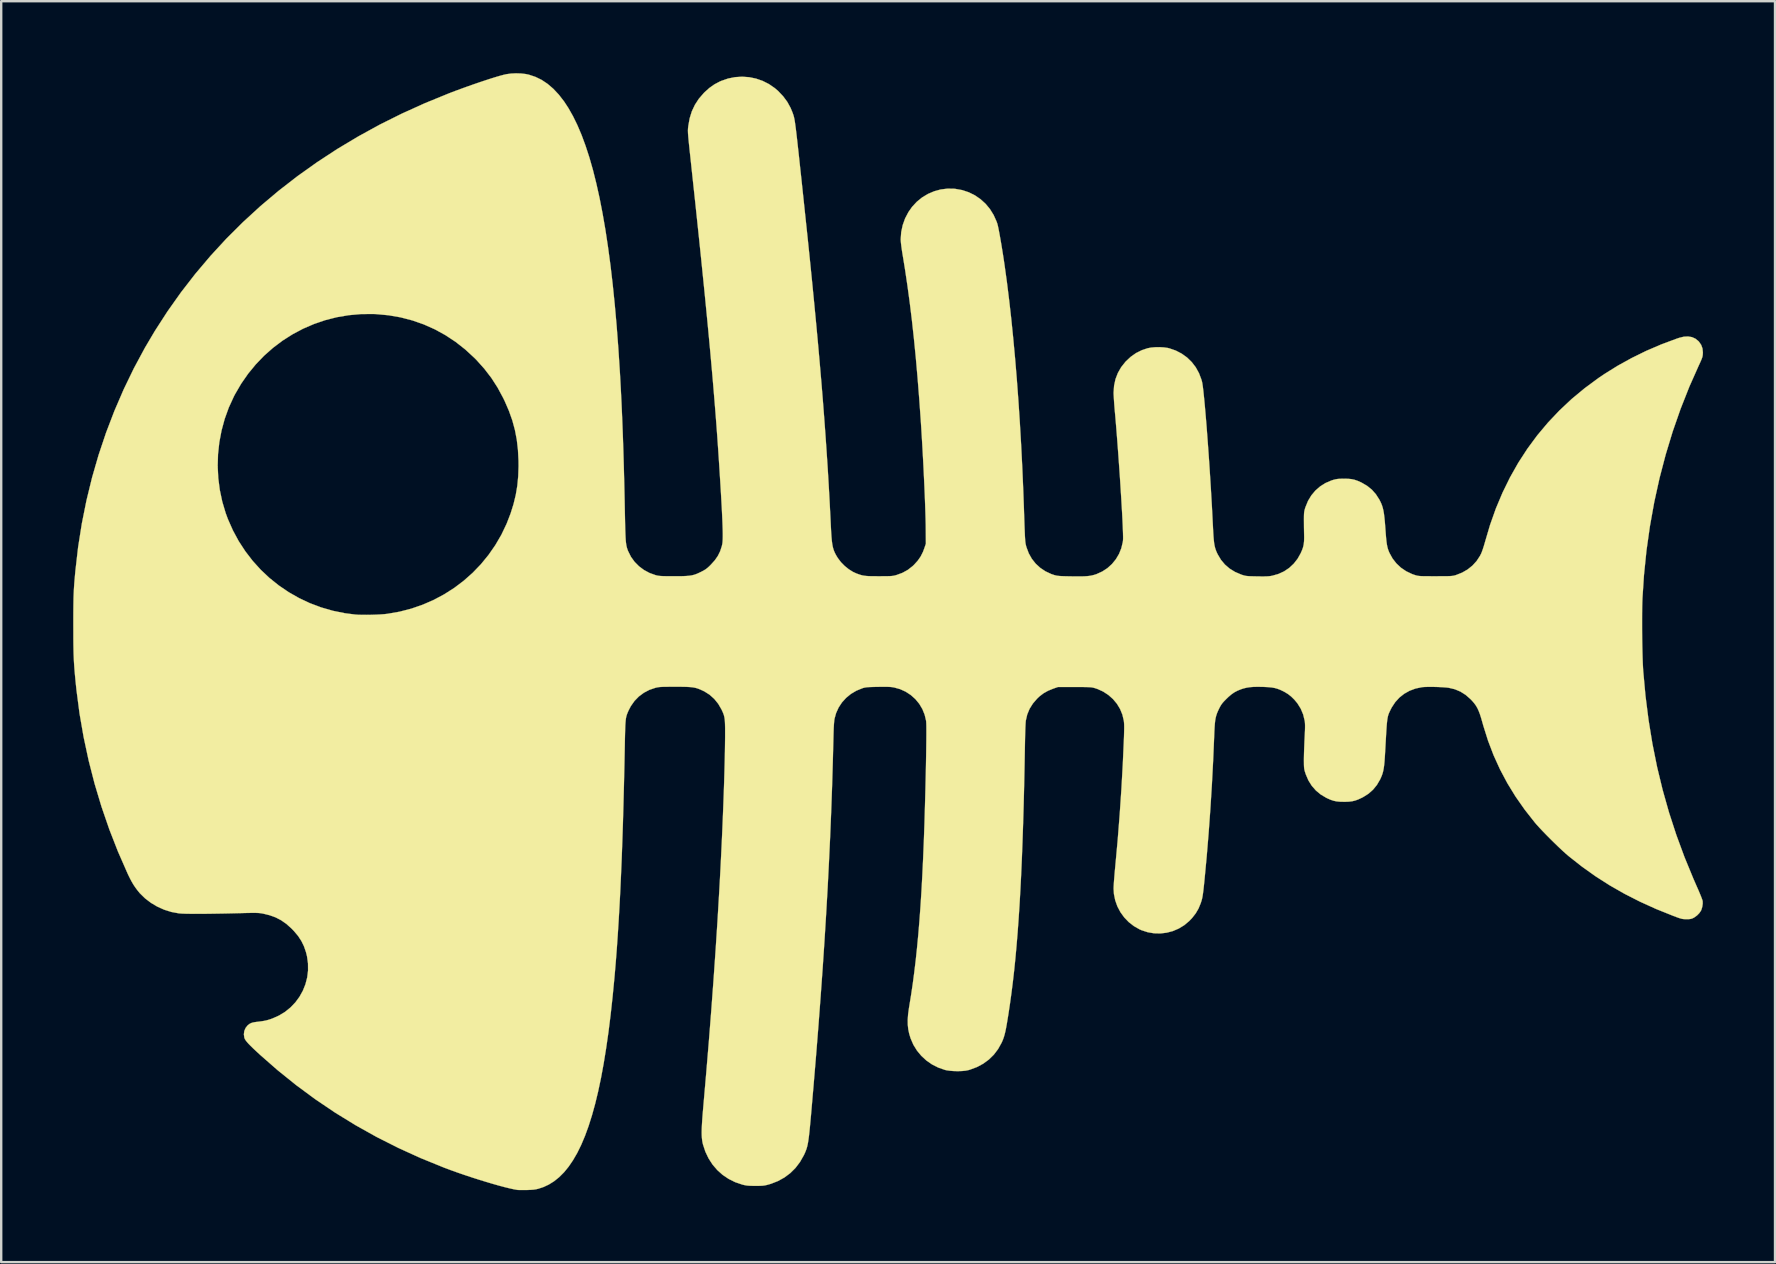
<source format=kicad_pcb>
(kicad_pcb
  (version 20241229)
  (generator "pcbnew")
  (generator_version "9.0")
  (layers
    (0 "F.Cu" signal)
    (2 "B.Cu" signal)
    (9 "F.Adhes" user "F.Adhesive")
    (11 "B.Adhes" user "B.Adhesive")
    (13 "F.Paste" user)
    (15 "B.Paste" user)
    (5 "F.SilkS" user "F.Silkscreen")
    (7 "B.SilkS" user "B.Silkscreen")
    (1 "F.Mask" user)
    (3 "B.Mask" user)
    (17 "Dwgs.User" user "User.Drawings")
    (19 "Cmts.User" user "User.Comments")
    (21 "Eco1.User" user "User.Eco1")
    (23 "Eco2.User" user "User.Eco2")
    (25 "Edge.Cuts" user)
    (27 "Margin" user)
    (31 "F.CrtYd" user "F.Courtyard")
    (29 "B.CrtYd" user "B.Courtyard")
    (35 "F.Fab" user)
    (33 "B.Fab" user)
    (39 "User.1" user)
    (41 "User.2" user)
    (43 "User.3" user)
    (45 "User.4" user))
  (footprint "Rockling Silk 54mm"
    (layer "F.Cu")
    (at 33.819 23.994)
    (property "Reference" "Rockling Silk 54mm" (at 0 0 0) (layer "F.SilkS") (effects (font (size 1.27 1.27) (thickness 0.15))))
    (attr through_hole)
    (fp_poly (pts (xy -15.16 -23.982) (xy -14.963 -23.959) (xy -14.838 -23.933) (xy -14.564 -23.842) (xy -14.303 -23.715) (xy -14.055 -23.549) (xy -13.817 -23.345) (xy -13.589 -23.102) (xy -13.37 -22.819) (xy -13.191 -22.546) (xy -12.999 -22.207) (xy -12.815 -21.832) (xy -12.64 -21.42) (xy -12.474 -20.97) (xy -12.315 -20.483) (xy -12.165 -19.957) (xy -12.024 -19.393) (xy -11.89 -18.791) (xy -11.765 -18.149) (xy -11.647 -17.469) (xy -11.538 -16.748) (xy -11.436 -15.988) (xy -11.343 -15.188) (xy -11.257 -14.347) (xy -11.179 -13.466) (xy -11.109 -12.543) (xy -11.047 -11.58) (xy -11.039 -11.451) (xy -11.007 -10.866) (xy -10.977 -10.268) (xy -10.95 -9.653) (xy -10.925 -9.018) (xy -10.902 -8.358) (xy -10.882 -7.67) (xy -10.863 -6.949) (xy -10.846 -6.193) (xy -10.837 -5.705) (xy -10.831 -5.43) (xy -10.826 -5.193) (xy -10.821 -4.991) (xy -10.815 -4.821) (xy -10.809 -4.678) (xy -10.802 -4.558) (xy -10.793 -4.458) (xy -10.782 -4.375) (xy -10.77 -4.303) (xy -10.755 -4.241) (xy -10.738 -4.183) (xy -10.718 -4.126) (xy -10.699 -4.08) (xy -10.583 -3.848) (xy -10.432 -3.638) (xy -10.25 -3.454) (xy -10.041 -3.298) (xy -9.809 -3.173) (xy -9.556 -3.083) (xy -9.536 -3.077) (xy -9.485 -3.065) (xy -9.431 -3.056) (xy -9.368 -3.049) (xy -9.289 -3.044) (xy -9.189 -3.041) (xy -9.061 -3.039) (xy -8.901 -3.038) (xy -8.795 -3.038) (xy -8.587 -3.038) (xy -8.415 -3.041) (xy -8.272 -3.048) (xy -8.152 -3.058) (xy -8.049 -3.074) (xy -7.957 -3.096) (xy -7.868 -3.126) (xy -7.776 -3.165) (xy -7.676 -3.213) (xy -7.655 -3.223) (xy -7.554 -3.276) (xy -7.473 -3.325) (xy -7.4 -3.381) (xy -7.322 -3.451) (xy -7.25 -3.523) (xy -7.088 -3.703) (xy -6.962 -3.885) (xy -6.868 -4.076) (xy -6.799 -4.286) (xy -6.78 -4.367) (xy -6.771 -4.423) (xy -6.764 -4.494) (xy -6.759 -4.583) (xy -6.757 -4.692) (xy -6.757 -4.823) (xy -6.76 -4.977) (xy -6.766 -5.158) (xy -6.774 -5.366) (xy -6.785 -5.604) (xy -6.798 -5.873) (xy -6.815 -6.177) (xy -6.834 -6.516) (xy -6.857 -6.892) (xy -6.883 -7.309) (xy -6.891 -7.44) (xy -6.921 -7.903) (xy -6.952 -8.368) (xy -6.985 -8.838) (xy -7.02 -9.314) (xy -7.057 -9.799) (xy -7.097 -10.294) (xy -7.139 -10.802) (xy -7.183 -11.324) (xy -7.231 -11.862) (xy -7.281 -12.419) (xy -7.335 -12.997) (xy -7.392 -13.597) (xy -7.453 -14.222) (xy -7.517 -14.873) (xy -7.586 -15.553) (xy -7.658 -16.264) (xy -7.735 -17.008) (xy -7.817 -17.786) (xy -7.903 -18.601) (xy -7.995 -19.454) (xy -8.054 -20.003) (xy -8.085 -20.295) (xy -8.112 -20.548) (xy -8.136 -20.765) (xy -8.155 -20.95) (xy -8.171 -21.106) (xy -8.184 -21.236) (xy -8.194 -21.344) (xy -8.201 -21.432) (xy -8.206 -21.504) (xy -8.208 -21.563) (xy -8.209 -21.612) (xy -8.207 -21.654) (xy -8.205 -21.694) (xy -8.201 -21.733) (xy -8.196 -21.776) (xy -8.193 -21.801) (xy -8.137 -22.115) (xy -8.046 -22.407) (xy -7.918 -22.678) (xy -7.753 -22.931) (xy -7.549 -23.167) (xy -7.517 -23.2) (xy -7.315 -23.381) (xy -7.107 -23.528) (xy -6.884 -23.646) (xy -6.822 -23.673) (xy -6.537 -23.772) (xy -6.245 -23.83) (xy -5.951 -23.848) (xy -5.659 -23.828) (xy -5.374 -23.77) (xy -5.097 -23.674) (xy -4.835 -23.542) (xy -4.59 -23.373) (xy -4.457 -23.259) (xy -4.245 -23.036) (xy -4.07 -22.801) (xy -3.931 -22.547) (xy -3.854 -22.361) (xy -3.841 -22.325) (xy -3.829 -22.291) (xy -3.818 -22.258) (xy -3.807 -22.224) (xy -3.797 -22.187) (xy -3.787 -22.145) (xy -3.776 -22.095) (xy -3.765 -22.037) (xy -3.754 -21.968) (xy -3.742 -21.886) (xy -3.729 -21.789) (xy -3.714 -21.676) (xy -3.698 -21.544) (xy -3.68 -21.391) (xy -3.66 -21.216) (xy -3.638 -21.017) (xy -3.613 -20.792) (xy -3.585 -20.538) (xy -3.555 -20.255) (xy -3.521 -19.939) (xy -3.483 -19.59) (xy -3.442 -19.204) (xy -3.397 -18.781) (xy -3.348 -18.318) (xy -3.335 -18.193) (xy -3.229 -17.194) (xy -3.13 -16.234) (xy -3.037 -15.311) (xy -2.95 -14.422) (xy -2.868 -13.565) (xy -2.791 -12.737) (xy -2.72 -11.935) (xy -2.653 -11.157) (xy -2.591 -10.4) (xy -2.534 -9.662) (xy -2.481 -8.94) (xy -2.432 -8.231) (xy -2.386 -7.533) (xy -2.345 -6.844) (xy -2.307 -6.16) (xy -2.272 -5.48) (xy -2.255 -5.122) (xy -2.243 -4.887) (xy -2.23 -4.69) (xy -2.215 -4.524) (xy -2.197 -4.384) (xy -2.175 -4.264) (xy -2.146 -4.159) (xy -2.111 -4.064) (xy -2.068 -3.972) (xy -2.016 -3.879) (xy -1.96 -3.79) (xy -1.834 -3.623) (xy -1.68 -3.467) (xy -1.509 -3.329) (xy -1.331 -3.218) (xy -1.19 -3.153) (xy -1.098 -3.12) (xy -1.018 -3.093) (xy -0.943 -3.073) (xy -0.867 -3.059) (xy -0.781 -3.049) (xy -0.679 -3.042) (xy -0.555 -3.039) (xy -0.401 -3.038) (xy -0.254 -3.037) (xy -0.083 -3.038) (xy 0.053 -3.039) (xy 0.159 -3.041) (xy 0.241 -3.044) (xy 0.307 -3.05) (xy 0.362 -3.058) (xy 0.412 -3.069) (xy 0.465 -3.083) (xy 0.475 -3.086) (xy 0.726 -3.178) (xy 0.951 -3.302) (xy 1.154 -3.461) (xy 1.209 -3.513) (xy 1.364 -3.684) (xy 1.486 -3.859) (xy 1.583 -4.052) (xy 1.637 -4.196) (xy 1.704 -4.392) (xy 1.7 -4.942) (xy 1.698 -5.167) (xy 1.692 -5.43) (xy 1.683 -5.727) (xy 1.672 -6.052) (xy 1.659 -6.401) (xy 1.643 -6.771) (xy 1.625 -7.157) (xy 1.606 -7.554) (xy 1.585 -7.957) (xy 1.563 -8.363) (xy 1.539 -8.767) (xy 1.515 -9.165) (xy 1.492 -9.525) (xy 1.427 -10.436) (xy 1.358 -11.306) (xy 1.285 -12.14) (xy 1.206 -12.938) (xy 1.122 -13.703) (xy 1.032 -14.437) (xy 0.936 -15.143) (xy 0.835 -15.823) (xy 0.751 -16.338) (xy 0.713 -16.569) (xy 0.685 -16.765) (xy 0.666 -16.923) (xy 0.657 -17.043) (xy 0.656 -17.082) (xy 0.677 -17.377) (xy 0.739 -17.667) (xy 0.839 -17.946) (xy 0.977 -18.209) (xy 1.13 -18.426) (xy 1.326 -18.638) (xy 1.547 -18.818) (xy 1.789 -18.964) (xy 2.049 -19.075) (xy 2.321 -19.15) (xy 2.602 -19.185) (xy 2.888 -19.18) (xy 2.928 -19.176) (xy 3.218 -19.124) (xy 3.491 -19.033) (xy 3.746 -18.907) (xy 3.979 -18.747) (xy 4.189 -18.556) (xy 4.373 -18.335) (xy 4.527 -18.087) (xy 4.649 -17.815) (xy 4.678 -17.734) (xy 4.696 -17.668) (xy 4.719 -17.565) (xy 4.746 -17.429) (xy 4.777 -17.264) (xy 4.81 -17.076) (xy 4.846 -16.87) (xy 4.882 -16.649) (xy 4.919 -16.418) (xy 4.955 -16.182) (xy 4.983 -15.991) (xy 5.08 -15.289) (xy 5.172 -14.547) (xy 5.26 -13.769) (xy 5.342 -12.958) (xy 5.42 -12.117) (xy 5.492 -11.25) (xy 5.558 -10.359) (xy 5.618 -9.447) (xy 5.672 -8.518) (xy 5.72 -7.574) (xy 5.761 -6.619) (xy 5.788 -5.874) (xy 5.797 -5.594) (xy 5.805 -5.354) (xy 5.812 -5.149) (xy 5.819 -4.976) (xy 5.825 -4.831) (xy 5.83 -4.712) (xy 5.836 -4.615) (xy 5.841 -4.536) (xy 5.847 -4.472) (xy 5.854 -4.42) (xy 5.861 -4.376) (xy 5.87 -4.337) (xy 5.88 -4.299) (xy 5.891 -4.259) (xy 5.896 -4.242) (xy 5.99 -3.992) (xy 6.118 -3.764) (xy 6.279 -3.561) (xy 6.47 -3.386) (xy 6.687 -3.241) (xy 6.93 -3.128) (xy 7.049 -3.088) (xy 7.101 -3.074) (xy 7.152 -3.062) (xy 7.209 -3.054) (xy 7.278 -3.047) (xy 7.365 -3.042) (xy 7.477 -3.038) (xy 7.619 -3.035) (xy 7.779 -3.032) (xy 7.99 -3.03) (xy 8.165 -3.03) (xy 8.311 -3.034) (xy 8.432 -3.042) (xy 8.537 -3.054) (xy 8.63 -3.072) (xy 8.719 -3.095) (xy 8.809 -3.124) (xy 8.816 -3.127) (xy 9.052 -3.234) (xy 9.267 -3.374) (xy 9.456 -3.545) (xy 9.618 -3.743) (xy 9.749 -3.963) (xy 9.846 -4.203) (xy 9.907 -4.458) (xy 9.917 -4.53) (xy 9.92 -4.592) (xy 9.92 -4.693) (xy 9.917 -4.83) (xy 9.911 -5.001) (xy 9.903 -5.201) (xy 9.892 -5.429) (xy 9.879 -5.68) (xy 9.863 -5.953) (xy 9.846 -6.244) (xy 9.827 -6.549) (xy 9.807 -6.867) (xy 9.786 -7.194) (xy 9.763 -7.526) (xy 9.739 -7.862) (xy 9.715 -8.197) (xy 9.69 -8.529) (xy 9.665 -8.855) (xy 9.64 -9.172) (xy 9.615 -9.476) (xy 9.59 -9.766) (xy 9.577 -9.904) (xy 9.563 -10.069) (xy 9.55 -10.232) (xy 9.54 -10.385) (xy 9.532 -10.519) (xy 9.526 -10.626) (xy 9.525 -10.69) (xy 9.545 -10.977) (xy 9.604 -11.25) (xy 9.703 -11.506) (xy 9.84 -11.746) (xy 10.015 -11.967) (xy 10.031 -11.985) (xy 10.238 -12.179) (xy 10.458 -12.334) (xy 10.699 -12.454) (xy 10.939 -12.535) (xy 11.085 -12.563) (xy 11.257 -12.578) (xy 11.439 -12.581) (xy 11.619 -12.571) (xy 11.78 -12.548) (xy 11.843 -12.533) (xy 12.114 -12.44) (xy 12.362 -12.311) (xy 12.586 -12.15) (xy 12.782 -11.959) (xy 12.949 -11.74) (xy 13.083 -11.496) (xy 13.184 -11.229) (xy 13.209 -11.138) (xy 13.224 -11.061) (xy 13.241 -10.945) (xy 13.26 -10.792) (xy 13.28 -10.604) (xy 13.302 -10.386) (xy 13.325 -10.139) (xy 13.349 -9.866) (xy 13.374 -9.57) (xy 13.4 -9.254) (xy 13.425 -8.92) (xy 13.451 -8.572) (xy 13.477 -8.211) (xy 13.503 -7.841) (xy 13.528 -7.465) (xy 13.552 -7.084) (xy 13.576 -6.703) (xy 13.598 -6.323) (xy 13.62 -5.947) (xy 13.639 -5.579) (xy 13.657 -5.22) (xy 13.663 -5.112) (xy 13.674 -4.892) (xy 13.685 -4.708) (xy 13.698 -4.556) (xy 13.712 -4.428) (xy 13.73 -4.321) (xy 13.752 -4.226) (xy 13.779 -4.14) (xy 13.812 -4.056) (xy 13.852 -3.969) (xy 13.863 -3.948) (xy 13.997 -3.722) (xy 14.162 -3.525) (xy 14.358 -3.356) (xy 14.584 -3.217) (xy 14.838 -3.108) (xy 14.844 -3.106) (xy 14.909 -3.084) (xy 14.965 -3.068) (xy 15.019 -3.055) (xy 15.078 -3.047) (xy 15.15 -3.041) (xy 15.242 -3.037) (xy 15.363 -3.034) (xy 15.499 -3.031) (xy 15.666 -3.029) (xy 15.799 -3.029) (xy 15.906 -3.032) (xy 15.992 -3.037) (xy 16.067 -3.046) (xy 16.132 -3.058) (xy 16.39 -3.131) (xy 16.627 -3.24) (xy 16.841 -3.384) (xy 17.03 -3.561) (xy 17.192 -3.768) (xy 17.324 -4.004) (xy 17.325 -4.008) (xy 17.381 -4.137) (xy 17.421 -4.254) (xy 17.446 -4.371) (xy 17.46 -4.499) (xy 17.464 -4.65) (xy 17.462 -4.773) (xy 17.459 -4.923) (xy 17.456 -5.093) (xy 17.455 -5.263) (xy 17.454 -5.408) (xy 17.455 -5.534) (xy 17.458 -5.629) (xy 17.464 -5.703) (xy 17.475 -5.768) (xy 17.492 -5.835) (xy 17.517 -5.914) (xy 17.522 -5.927) (xy 17.626 -6.179) (xy 17.764 -6.407) (xy 17.933 -6.608) (xy 18.13 -6.78) (xy 18.352 -6.92) (xy 18.598 -7.026) (xy 18.684 -7.053) (xy 18.769 -7.075) (xy 18.852 -7.089) (xy 18.946 -7.097) (xy 19.065 -7.1) (xy 19.124 -7.101) (xy 19.294 -7.097) (xy 19.435 -7.083) (xy 19.563 -7.056) (xy 19.69 -7.012) (xy 19.831 -6.95) (xy 19.865 -6.933) (xy 20.09 -6.801) (xy 20.286 -6.642) (xy 20.454 -6.451) (xy 20.597 -6.228) (xy 20.631 -6.162) (xy 20.674 -6.071) (xy 20.71 -5.979) (xy 20.74 -5.88) (xy 20.766 -5.768) (xy 20.788 -5.639) (xy 20.807 -5.486) (xy 20.825 -5.305) (xy 20.842 -5.088) (xy 20.849 -4.995) (xy 20.864 -4.791) (xy 20.878 -4.622) (xy 20.893 -4.484) (xy 20.909 -4.37) (xy 20.927 -4.274) (xy 20.948 -4.191) (xy 20.974 -4.114) (xy 21.005 -4.038) (xy 21.018 -4.008) (xy 21.146 -3.776) (xy 21.307 -3.57) (xy 21.497 -3.392) (xy 21.716 -3.244) (xy 21.96 -3.128) (xy 22.078 -3.087) (xy 22.122 -3.073) (xy 22.164 -3.063) (xy 22.209 -3.054) (xy 22.261 -3.048) (xy 22.327 -3.043) (xy 22.411 -3.04) (xy 22.518 -3.039) (xy 22.654 -3.038) (xy 22.825 -3.037) (xy 22.934 -3.037) (xy 23.125 -3.038) (xy 23.28 -3.038) (xy 23.402 -3.039) (xy 23.498 -3.042) (xy 23.573 -3.045) (xy 23.632 -3.051) (xy 23.681 -3.058) (xy 23.723 -3.067) (xy 23.766 -3.079) (xy 23.791 -3.087) (xy 24.044 -3.187) (xy 24.273 -3.319) (xy 24.476 -3.482) (xy 24.649 -3.672) (xy 24.79 -3.888) (xy 24.838 -3.983) (xy 24.871 -4.064) (xy 24.91 -4.174) (xy 24.95 -4.299) (xy 24.988 -4.427) (xy 24.998 -4.464) (xy 25.208 -5.175) (xy 25.451 -5.861) (xy 25.729 -6.521) (xy 26.04 -7.155) (xy 26.384 -7.764) (xy 26.763 -8.348) (xy 27.174 -8.905) (xy 27.619 -9.436) (xy 28.097 -9.941) (xy 28.607 -10.42) (xy 29.151 -10.871) (xy 29.728 -11.297) (xy 29.974 -11.463) (xy 30.526 -11.807) (xy 31.108 -12.128) (xy 31.712 -12.425) (xy 32.331 -12.691) (xy 32.957 -12.925) (xy 33.084 -12.968) (xy 33.278 -13.016) (xy 33.457 -13.026) (xy 33.62 -12.999) (xy 33.765 -12.934) (xy 33.89 -12.832) (xy 33.91 -12.81) (xy 34.004 -12.676) (xy 34.058 -12.527) (xy 34.075 -12.362) (xy 34.073 -12.319) (xy 34.069 -12.257) (xy 34.06 -12.201) (xy 34.044 -12.143) (xy 34.019 -12.075) (xy 33.982 -11.988) (xy 33.93 -11.874) (xy 33.91 -11.832) (xy 33.51 -10.932) (xy 33.146 -10.01) (xy 32.817 -9.067) (xy 32.525 -8.105) (xy 32.269 -7.127) (xy 32.05 -6.133) (xy 31.869 -5.126) (xy 31.725 -4.108) (xy 31.62 -3.079) (xy 31.558 -2.127) (xy 31.551 -1.95) (xy 31.546 -1.739) (xy 31.543 -1.501) (xy 31.542 -1.243) (xy 31.542 -0.97) (xy 31.543 -0.69) (xy 31.546 -0.408) (xy 31.551 -0.131) (xy 31.557 0.133) (xy 31.564 0.38) (xy 31.572 0.602) (xy 31.582 0.793) (xy 31.589 0.91) (xy 31.684 1.945) (xy 31.812 2.955) (xy 31.973 3.943) (xy 32.168 4.913) (xy 32.399 5.867) (xy 32.665 6.808) (xy 32.968 7.738) (xy 33.308 8.662) (xy 33.687 9.582) (xy 33.829 9.906) (xy 33.891 10.046) (xy 33.947 10.179) (xy 33.996 10.298) (xy 34.033 10.396) (xy 34.058 10.467) (xy 34.066 10.5) (xy 34.068 10.608) (xy 34.05 10.731) (xy 34.016 10.849) (xy 33.993 10.901) (xy 33.927 10.997) (xy 33.834 11.092) (xy 33.725 11.172) (xy 33.687 11.194) (xy 33.628 11.222) (xy 33.573 11.238) (xy 33.508 11.247) (xy 33.418 11.249) (xy 33.39 11.249) (xy 33.321 11.248) (xy 33.263 11.245) (xy 33.208 11.237) (xy 33.147 11.221) (xy 33.072 11.198) (xy 32.975 11.163) (xy 32.848 11.115) (xy 32.83 11.108) (xy 32.123 10.824) (xy 31.451 10.519) (xy 30.811 10.193) (xy 30.198 9.843) (xy 29.609 9.467) (xy 29.041 9.063) (xy 28.49 8.629) (xy 28.459 8.603) (xy 28.341 8.501) (xy 28.203 8.375) (xy 28.05 8.231) (xy 27.887 8.073) (xy 27.721 7.909) (xy 27.558 7.745) (xy 27.403 7.585) (xy 27.264 7.437) (xy 27.145 7.306) (xy 27.07 7.218) (xy 26.649 6.682) (xy 26.268 6.137) (xy 25.927 5.581) (xy 25.624 5.01) (xy 25.357 4.423) (xy 25.125 3.816) (xy 24.927 3.187) (xy 24.9 3.09) (xy 24.842 2.887) (xy 24.789 2.718) (xy 24.736 2.578) (xy 24.681 2.458) (xy 24.62 2.353) (xy 24.549 2.255) (xy 24.466 2.158) (xy 24.395 2.084) (xy 24.193 1.907) (xy 23.975 1.769) (xy 23.739 1.67) (xy 23.488 1.61) (xy 23.387 1.598) (xy 23.257 1.588) (xy 23.106 1.58) (xy 22.945 1.574) (xy 22.784 1.572) (xy 22.633 1.572) (xy 22.5 1.575) (xy 22.397 1.582) (xy 22.37 1.585) (xy 22.103 1.641) (xy 21.856 1.733) (xy 21.631 1.859) (xy 21.43 2.018) (xy 21.257 2.209) (xy 21.112 2.429) (xy 21.071 2.508) (xy 21.041 2.57) (xy 21.015 2.625) (xy 20.993 2.676) (xy 20.973 2.728) (xy 20.957 2.783) (xy 20.943 2.845) (xy 20.93 2.919) (xy 20.919 3.006) (xy 20.908 3.112) (xy 20.898 3.238) (xy 20.888 3.39) (xy 20.877 3.571) (xy 20.865 3.784) (xy 20.851 4.033) (xy 20.838 4.265) (xy 20.825 4.487) (xy 20.812 4.673) (xy 20.797 4.828) (xy 20.779 4.959) (xy 20.758 5.071) (xy 20.732 5.171) (xy 20.701 5.263) (xy 20.662 5.355) (xy 20.628 5.429) (xy 20.494 5.658) (xy 20.333 5.855) (xy 20.142 6.024) (xy 19.92 6.164) (xy 19.865 6.192) (xy 19.719 6.26) (xy 19.59 6.307) (xy 19.464 6.337) (xy 19.327 6.354) (xy 19.165 6.36) (xy 19.124 6.36) (xy 18.955 6.356) (xy 18.813 6.342) (xy 18.686 6.315) (xy 18.558 6.272) (xy 18.417 6.209) (xy 18.383 6.192) (xy 18.154 6.056) (xy 17.953 5.889) (xy 17.781 5.693) (xy 17.64 5.468) (xy 17.532 5.216) (xy 17.522 5.186) (xy 17.496 5.107) (xy 17.478 5.042) (xy 17.466 4.979) (xy 17.459 4.91) (xy 17.455 4.823) (xy 17.454 4.708) (xy 17.453 4.646) (xy 17.454 4.529) (xy 17.457 4.379) (xy 17.462 4.209) (xy 17.469 4.027) (xy 17.476 3.846) (xy 17.482 3.724) (xy 17.491 3.537) (xy 17.498 3.386) (xy 17.501 3.266) (xy 17.501 3.17) (xy 17.498 3.093) (xy 17.493 3.029) (xy 17.486 2.983) (xy 17.423 2.722) (xy 17.321 2.479) (xy 17.182 2.256) (xy 17.057 2.106) (xy 16.926 1.977) (xy 16.796 1.874) (xy 16.651 1.785) (xy 16.583 1.75) (xy 16.463 1.693) (xy 16.352 1.651) (xy 16.239 1.619) (xy 16.116 1.597) (xy 15.972 1.583) (xy 15.798 1.574) (xy 15.733 1.572) (xy 15.524 1.569) (xy 15.347 1.573) (xy 15.196 1.585) (xy 15.061 1.607) (xy 14.934 1.638) (xy 14.837 1.67) (xy 14.69 1.729) (xy 14.56 1.797) (xy 14.438 1.881) (xy 14.31 1.99) (xy 14.222 2.075) (xy 14.131 2.167) (xy 14.064 2.242) (xy 14.012 2.312) (xy 13.966 2.388) (xy 13.92 2.477) (xy 13.871 2.58) (xy 13.832 2.674) (xy 13.801 2.767) (xy 13.776 2.865) (xy 13.757 2.974) (xy 13.743 3.102) (xy 13.732 3.254) (xy 13.722 3.438) (xy 13.717 3.573) (xy 13.673 4.618) (xy 13.619 5.653) (xy 13.555 6.673) (xy 13.483 7.671) (xy 13.403 8.64) (xy 13.315 9.576) (xy 13.303 9.694) (xy 13.283 9.885) (xy 13.266 10.04) (xy 13.25 10.165) (xy 13.235 10.267) (xy 13.22 10.352) (xy 13.203 10.427) (xy 13.183 10.496) (xy 13.16 10.568) (xy 13.156 10.58) (xy 13.063 10.807) (xy 12.943 11.012) (xy 12.791 11.206) (xy 12.678 11.324) (xy 12.47 11.499) (xy 12.241 11.639) (xy 11.997 11.744) (xy 11.74 11.812) (xy 11.477 11.844) (xy 11.211 11.838) (xy 10.948 11.794) (xy 10.691 11.71) (xy 10.606 11.673) (xy 10.368 11.537) (xy 10.154 11.37) (xy 9.967 11.175) (xy 9.809 10.957) (xy 9.683 10.719) (xy 9.593 10.467) (xy 9.539 10.203) (xy 9.525 9.98) (xy 9.527 9.906) (xy 9.533 9.797) (xy 9.542 9.66) (xy 9.555 9.501) (xy 9.569 9.326) (xy 9.586 9.143) (xy 9.598 9.014) (xy 9.694 7.965) (xy 9.778 6.898) (xy 9.85 5.829) (xy 9.909 4.772) (xy 9.951 3.826) (xy 9.959 3.623) (xy 9.963 3.457) (xy 9.966 3.322) (xy 9.966 3.214) (xy 9.964 3.126) (xy 9.959 3.054) (xy 9.952 2.992) (xy 9.95 2.979) (xy 9.891 2.728) (xy 9.794 2.492) (xy 9.663 2.275) (xy 9.5 2.08) (xy 9.308 1.91) (xy 9.091 1.768) (xy 8.852 1.659) (xy 8.719 1.616) (xy 8.677 1.605) (xy 8.63 1.596) (xy 8.575 1.589) (xy 8.505 1.584) (xy 8.416 1.581) (xy 8.303 1.579) (xy 8.159 1.577) (xy 7.981 1.577) (xy 7.895 1.577) (xy 7.207 1.577) (xy 7.006 1.647) (xy 6.793 1.734) (xy 6.607 1.838) (xy 6.437 1.968) (xy 6.338 2.062) (xy 6.163 2.265) (xy 6.025 2.485) (xy 5.927 2.72) (xy 5.869 2.97) (xy 5.866 2.985) (xy 5.861 3.044) (xy 5.855 3.138) (xy 5.849 3.263) (xy 5.844 3.412) (xy 5.839 3.578) (xy 5.835 3.757) (xy 5.832 3.905) (xy 5.816 4.803) (xy 5.798 5.66) (xy 5.778 6.479) (xy 5.755 7.259) (xy 5.73 8.005) (xy 5.703 8.716) (xy 5.673 9.395) (xy 5.64 10.044) (xy 5.605 10.663) (xy 5.566 11.255) (xy 5.525 11.821) (xy 5.48 12.364) (xy 5.433 12.884) (xy 5.382 13.383) (xy 5.327 13.864) (xy 5.269 14.327) (xy 5.207 14.774) (xy 5.142 15.208) (xy 5.109 15.409) (xy 5.075 15.616) (xy 5.044 15.787) (xy 5.015 15.929) (xy 4.986 16.048) (xy 4.956 16.152) (xy 4.924 16.245) (xy 4.887 16.335) (xy 4.857 16.401) (xy 4.711 16.663) (xy 4.535 16.895) (xy 4.329 17.097) (xy 4.095 17.269) (xy 3.832 17.41) (xy 3.541 17.519) (xy 3.471 17.539) (xy 3.355 17.562) (xy 3.209 17.576) (xy 3.045 17.581) (xy 2.877 17.578) (xy 2.715 17.566) (xy 2.572 17.546) (xy 2.498 17.529) (xy 2.221 17.433) (xy 1.962 17.302) (xy 1.726 17.138) (xy 1.516 16.945) (xy 1.334 16.725) (xy 1.184 16.483) (xy 1.07 16.22) (xy 1.068 16.216) (xy 1.01 16.025) (xy 0.97 15.836) (xy 0.95 15.643) (xy 0.948 15.437) (xy 0.964 15.21) (xy 0.999 14.955) (xy 1.013 14.87) (xy 1.087 14.414) (xy 1.157 13.944) (xy 1.221 13.458) (xy 1.282 12.954) (xy 1.337 12.43) (xy 1.389 11.883) (xy 1.436 11.312) (xy 1.48 10.714) (xy 1.52 10.086) (xy 1.556 9.428) (xy 1.589 8.736) (xy 1.619 8.009) (xy 1.646 7.244) (xy 1.669 6.439) (xy 1.672 6.339) (xy 1.684 5.891) (xy 1.694 5.468) (xy 1.703 5.074) (xy 1.71 4.709) (xy 1.716 4.375) (xy 1.72 4.073) (xy 1.723 3.805) (xy 1.725 3.571) (xy 1.725 3.374) (xy 1.724 3.214) (xy 1.721 3.093) (xy 1.716 3.013) (xy 1.714 2.988) (xy 1.654 2.734) (xy 1.558 2.496) (xy 1.428 2.277) (xy 1.267 2.082) (xy 1.078 1.913) (xy 0.865 1.773) (xy 0.63 1.666) (xy 0.386 1.598) (xy 0.319 1.586) (xy 0.249 1.577) (xy 0.167 1.572) (xy 0.066 1.569) (xy -0.059 1.568) (xy -0.217 1.57) (xy -0.291 1.571) (xy -0.454 1.574) (xy -0.582 1.578) (xy -0.68 1.582) (xy -0.757 1.588) (xy -0.818 1.597) (xy -0.87 1.607) (xy -0.92 1.622) (xy -0.942 1.629) (xy -1.192 1.731) (xy -1.42 1.866) (xy -1.62 2.03) (xy -1.792 2.22) (xy -1.932 2.433) (xy -2.037 2.666) (xy -2.102 2.9) (xy -2.115 2.989) (xy -2.126 3.12) (xy -2.136 3.292) (xy -2.143 3.505) (xy -2.147 3.662) (xy -2.173 4.69) (xy -2.204 5.722) (xy -2.241 6.761) (xy -2.284 7.81) (xy -2.334 8.872) (xy -2.389 9.949) (xy -2.452 11.045) (xy -2.521 12.163) (xy -2.597 13.305) (xy -2.681 14.474) (xy -2.771 15.673) (xy -2.869 16.905) (xy -2.975 18.173) (xy -3.08 19.391) (xy -3.105 19.664) (xy -3.127 19.9) (xy -3.147 20.101) (xy -3.166 20.272) (xy -3.185 20.418) (xy -3.204 20.542) (xy -3.224 20.648) (xy -3.246 20.741) (xy -3.271 20.825) (xy -3.3 20.903) (xy -3.332 20.981) (xy -3.369 21.061) (xy -3.386 21.095) (xy -3.542 21.369) (xy -3.728 21.613) (xy -3.943 21.827) (xy -4.186 22.009) (xy -4.454 22.158) (xy -4.747 22.273) (xy -4.88 22.312) (xy -4.961 22.332) (xy -5.036 22.346) (xy -5.115 22.355) (xy -5.209 22.359) (xy -5.329 22.361) (xy -5.408 22.361) (xy -5.546 22.359) (xy -5.652 22.355) (xy -5.739 22.348) (xy -5.816 22.336) (xy -5.895 22.319) (xy -5.95 22.305) (xy -6.244 22.205) (xy -6.516 22.069) (xy -6.765 21.901) (xy -6.988 21.701) (xy -7.184 21.472) (xy -7.349 21.216) (xy -7.483 20.936) (xy -7.581 20.637) (xy -7.601 20.552) (xy -7.616 20.462) (xy -7.627 20.364) (xy -7.634 20.254) (xy -7.636 20.129) (xy -7.633 19.983) (xy -7.625 19.813) (xy -7.613 19.616) (xy -7.596 19.387) (xy -7.573 19.121) (xy -7.559 18.955) (xy -7.446 17.651) (xy -7.338 16.352) (xy -7.237 15.063) (xy -7.143 13.79) (xy -7.056 12.541) (xy -6.977 11.32) (xy -6.912 10.223) (xy -6.882 9.689) (xy -6.853 9.149) (xy -6.826 8.607) (xy -6.8 8.067) (xy -6.776 7.533) (xy -6.754 7.009) (xy -6.734 6.498) (xy -6.716 6.004) (xy -6.7 5.53) (xy -6.687 5.082) (xy -6.676 4.661) (xy -6.668 4.272) (xy -6.663 3.919) (xy -6.66 3.672) (xy -6.66 3.46) (xy -6.66 3.285) (xy -6.663 3.141) (xy -6.668 3.023) (xy -6.676 2.925) (xy -6.689 2.842) (xy -6.706 2.768) (xy -6.729 2.698) (xy -6.758 2.626) (xy -6.794 2.547) (xy -6.813 2.508) (xy -6.947 2.277) (xy -7.112 2.073) (xy -7.305 1.9) (xy -7.527 1.759) (xy -7.705 1.677) (xy -7.783 1.647) (xy -7.856 1.623) (xy -7.93 1.605) (xy -8.011 1.591) (xy -8.105 1.581) (xy -8.218 1.574) (xy -8.355 1.569) (xy -8.522 1.567) (xy -8.725 1.567) (xy -8.744 1.567) (xy -8.931 1.567) (xy -9.082 1.568) (xy -9.202 1.569) (xy -9.296 1.573) (xy -9.372 1.577) (xy -9.433 1.584) (xy -9.486 1.593) (xy -9.538 1.604) (xy -9.559 1.609) (xy -9.813 1.695) (xy -10.045 1.817) (xy -10.254 1.972) (xy -10.436 2.159) (xy -10.588 2.375) (xy -10.678 2.547) (xy -10.709 2.616) (xy -10.735 2.679) (xy -10.757 2.739) (xy -10.775 2.802) (xy -10.79 2.872) (xy -10.801 2.953) (xy -10.81 3.049) (xy -10.818 3.166) (xy -10.823 3.306) (xy -10.828 3.476) (xy -10.833 3.678) (xy -10.838 3.917) (xy -10.838 3.948) (xy -10.856 4.844) (xy -10.876 5.7) (xy -10.897 6.518) (xy -10.919 7.3) (xy -10.944 8.047) (xy -10.97 8.763) (xy -10.999 9.447) (xy -11.029 10.104) (xy -11.062 10.734) (xy -11.097 11.34) (xy -11.134 11.924) (xy -11.173 12.487) (xy -11.215 13.032) (xy -11.26 13.561) (xy -11.272 13.695) (xy -11.349 14.491) (xy -11.432 15.247) (xy -11.521 15.961) (xy -11.618 16.635) (xy -11.721 17.27) (xy -11.831 17.866) (xy -11.949 18.423) (xy -12.074 18.942) (xy -12.207 19.423) (xy -12.348 19.868) (xy -12.497 20.277) (xy -12.654 20.649) (xy -12.82 20.987) (xy -12.995 21.29) (xy -13.178 21.559) (xy -13.371 21.795) (xy -13.573 21.997) (xy -13.784 22.167) (xy -14.006 22.306) (xy -14.237 22.413) (xy -14.446 22.481) (xy -14.537 22.502) (xy -14.635 22.517) (xy -14.751 22.526) (xy -14.895 22.532) (xy -14.933 22.533) (xy -15.05 22.534) (xy -15.157 22.534) (xy -15.244 22.533) (xy -15.301 22.53) (xy -15.314 22.529) (xy -15.464 22.502) (xy -15.648 22.461) (xy -15.863 22.408) (xy -16.102 22.344) (xy -16.361 22.27) (xy -16.636 22.188) (xy -16.922 22.1) (xy -17.213 22.007) (xy -17.505 21.91) (xy -17.793 21.811) (xy -18.073 21.711) (xy -18.339 21.612) (xy -18.394 21.59) (xy -19.349 21.201) (xy -20.278 20.778) (xy -21.181 20.322) (xy -22.057 19.832) (xy -22.908 19.309) (xy -23.733 18.752) (xy -24.533 18.162) (xy -25.307 17.538) (xy -26.014 16.919) (xy -26.181 16.765) (xy -26.32 16.635) (xy -26.431 16.526) (xy -26.519 16.436) (xy -26.585 16.361) (xy -26.634 16.298) (xy -26.667 16.244) (xy -26.687 16.196) (xy -26.69 16.185) (xy -26.709 16.045) (xy -26.691 15.907) (xy -26.637 15.781) (xy -26.552 15.674) (xy -26.475 15.614) (xy -26.421 15.585) (xy -26.363 15.563) (xy -26.29 15.546) (xy -26.19 15.531) (xy -26.137 15.525) (xy -25.989 15.506) (xy -25.871 15.488) (xy -25.769 15.466) (xy -25.671 15.439) (xy -25.564 15.403) (xy -25.525 15.389) (xy -25.246 15.265) (xy -24.991 15.11) (xy -24.763 14.925) (xy -24.562 14.714) (xy -24.391 14.481) (xy -24.251 14.229) (xy -24.144 13.961) (xy -24.071 13.68) (xy -24.035 13.391) (xy -24.037 13.095) (xy -24.078 12.797) (xy -24.122 12.621) (xy -24.206 12.378) (xy -24.314 12.157) (xy -24.45 11.949) (xy -24.621 11.746) (xy -24.721 11.642) (xy -24.935 11.45) (xy -25.154 11.296) (xy -25.387 11.175) (xy -25.641 11.084) (xy -25.879 11.025) (xy -25.933 11.014) (xy -25.981 11.006) (xy -26.029 10.999) (xy -26.081 10.993) (xy -26.14 10.99) (xy -26.212 10.988) (xy -26.301 10.987) (xy -26.41 10.988) (xy -26.545 10.99) (xy -26.71 10.994) (xy -26.908 10.999) (xy -27.114 11.004) (xy -27.501 11.013) (xy -27.858 11.019) (xy -28.184 11.024) (xy -28.477 11.027) (xy -28.737 11.027) (xy -28.961 11.025) (xy -29.148 11.022) (xy -29.296 11.016) (xy -29.403 11.008) (xy -29.422 11.006) (xy -29.729 10.949) (xy -30.029 10.855) (xy -30.315 10.727) (xy -30.582 10.568) (xy -30.826 10.382) (xy -31.042 10.171) (xy -31.155 10.032) (xy -31.239 9.917) (xy -31.312 9.807) (xy -31.38 9.692) (xy -31.449 9.562) (xy -31.525 9.408) (xy -31.562 9.328) (xy -31.957 8.426) (xy -32.317 7.503) (xy -32.641 6.561) (xy -32.928 5.606) (xy -33.176 4.638) (xy -33.385 3.663) (xy -33.555 2.684) (xy -33.683 1.703) (xy -33.706 1.482) (xy -33.729 1.256) (xy -33.748 1.052) (xy -33.764 0.866) (xy -33.777 0.691) (xy -33.788 0.521) (xy -33.796 0.349) (xy -33.803 0.172) (xy -33.807 -0.019) (xy -33.811 -0.229) (xy -33.813 -0.463) (xy -33.813 -0.728) (xy -33.814 -1.016) (xy -33.814 -1.302) (xy -33.813 -1.552) (xy -33.811 -1.771) (xy -33.808 -1.965) (xy -33.805 -2.14) (xy -33.799 -2.301) (xy -33.792 -2.455) (xy -33.783 -2.607) (xy -33.772 -2.763) (xy -33.758 -2.929) (xy -33.742 -3.11) (xy -33.727 -3.27) (xy -33.614 -4.255) (xy -33.46 -5.231) (xy -33.266 -6.197) (xy -33.033 -7.151) (xy -32.896 -7.624) (xy -27.8 -7.624) (xy -27.776 -7.126) (xy -27.712 -6.632) (xy -27.609 -6.144) (xy -27.466 -5.665) (xy -27.375 -5.419) (xy -27.166 -4.947) (xy -26.924 -4.499) (xy -26.648 -4.076) (xy -26.342 -3.678) (xy -26.007 -3.308) (xy -25.645 -2.967) (xy -25.257 -2.656) (xy -24.846 -2.376) (xy -24.413 -2.129) (xy -23.961 -1.916) (xy -23.49 -1.739) (xy -23.002 -1.598) (xy -22.501 -1.496) (xy -22.066 -1.441) (xy -21.937 -1.432) (xy -21.776 -1.428) (xy -21.594 -1.427) (xy -21.401 -1.43) (xy -21.208 -1.436) (xy -21.024 -1.445) (xy -20.862 -1.457) (xy -20.735 -1.471) (xy -20.228 -1.559) (xy -19.736 -1.686) (xy -19.259 -1.851) (xy -18.8 -2.051) (xy -18.36 -2.286) (xy -17.942 -2.553) (xy -17.547 -2.852) (xy -17.176 -3.181) (xy -16.833 -3.538) (xy -16.518 -3.923) (xy -16.234 -4.332) (xy -15.981 -4.766) (xy -15.763 -5.223) (xy -15.597 -5.652) (xy -15.475 -6.042) (xy -15.382 -6.424) (xy -15.317 -6.81) (xy -15.279 -7.207) (xy -15.265 -7.625) (xy -15.267 -7.849) (xy -15.29 -8.3) (xy -15.339 -8.725) (xy -15.417 -9.132) (xy -15.525 -9.53) (xy -15.666 -9.927) (xy -15.842 -10.333) (xy -15.907 -10.467) (xy -16.139 -10.898) (xy -16.4 -11.303) (xy -16.694 -11.685) (xy -17.023 -12.052) (xy -17.101 -12.13) (xy -17.483 -12.483) (xy -17.887 -12.801) (xy -18.311 -13.081) (xy -18.753 -13.324) (xy -19.213 -13.529) (xy -19.689 -13.695) (xy -20.179 -13.823) (xy -20.683 -13.91) (xy -21.197 -13.958) (xy -21.325 -13.963) (xy -21.838 -13.959) (xy -22.343 -13.913) (xy -22.838 -13.829) (xy -23.322 -13.706) (xy -23.791 -13.545) (xy -24.245 -13.349) (xy -24.682 -13.117) (xy -25.099 -12.852) (xy -25.494 -12.554) (xy -25.866 -12.225) (xy -26.212 -11.865) (xy -26.531 -11.477) (xy -26.821 -11.06) (xy -27.079 -10.617) (xy -27.129 -10.52) (xy -27.338 -10.064) (xy -27.508 -9.593) (xy -27.639 -9.11) (xy -27.732 -8.619) (xy -27.786 -8.123) (xy -27.8 -7.624) (xy -32.896 -7.624) (xy -32.761 -8.092) (xy -32.45 -9.019) (xy -32.101 -9.93) (xy -31.715 -10.824) (xy -31.292 -11.699) (xy -30.832 -12.554) (xy -30.421 -13.25) (xy -29.891 -14.071) (xy -29.328 -14.866) (xy -28.731 -15.636) (xy -28.101 -16.381) (xy -27.439 -17.1) (xy -26.744 -17.792) (xy -26.019 -18.457) (xy -25.263 -19.094) (xy -24.477 -19.704) (xy -23.661 -20.285) (xy -22.816 -20.838) (xy -21.943 -21.36) (xy -21.043 -21.854) (xy -20.115 -22.316) (xy -19.16 -22.748) (xy -18.179 -23.149) (xy -18.162 -23.156) (xy -17.911 -23.252) (xy -17.653 -23.347) (xy -17.393 -23.441) (xy -17.135 -23.532) (xy -16.884 -23.618) (xy -16.644 -23.698) (xy -16.42 -23.771) (xy -16.217 -23.834) (xy -16.039 -23.886) (xy -15.89 -23.926) (xy -15.777 -23.952) (xy -15.772 -23.953) (xy -15.58 -23.979) (xy -15.371 -23.989) (xy -15.16 -23.982)) (stroke (width 0.01) (type solid)) (fill yes) (layer "F.SilkS")))
  (gr_rect
    (start -3 -3)
    (end 70.899 49.533)
    (stroke (width 0.1) (type default))
    (fill no)
    (layer "Edge.Cuts")))
</source>
